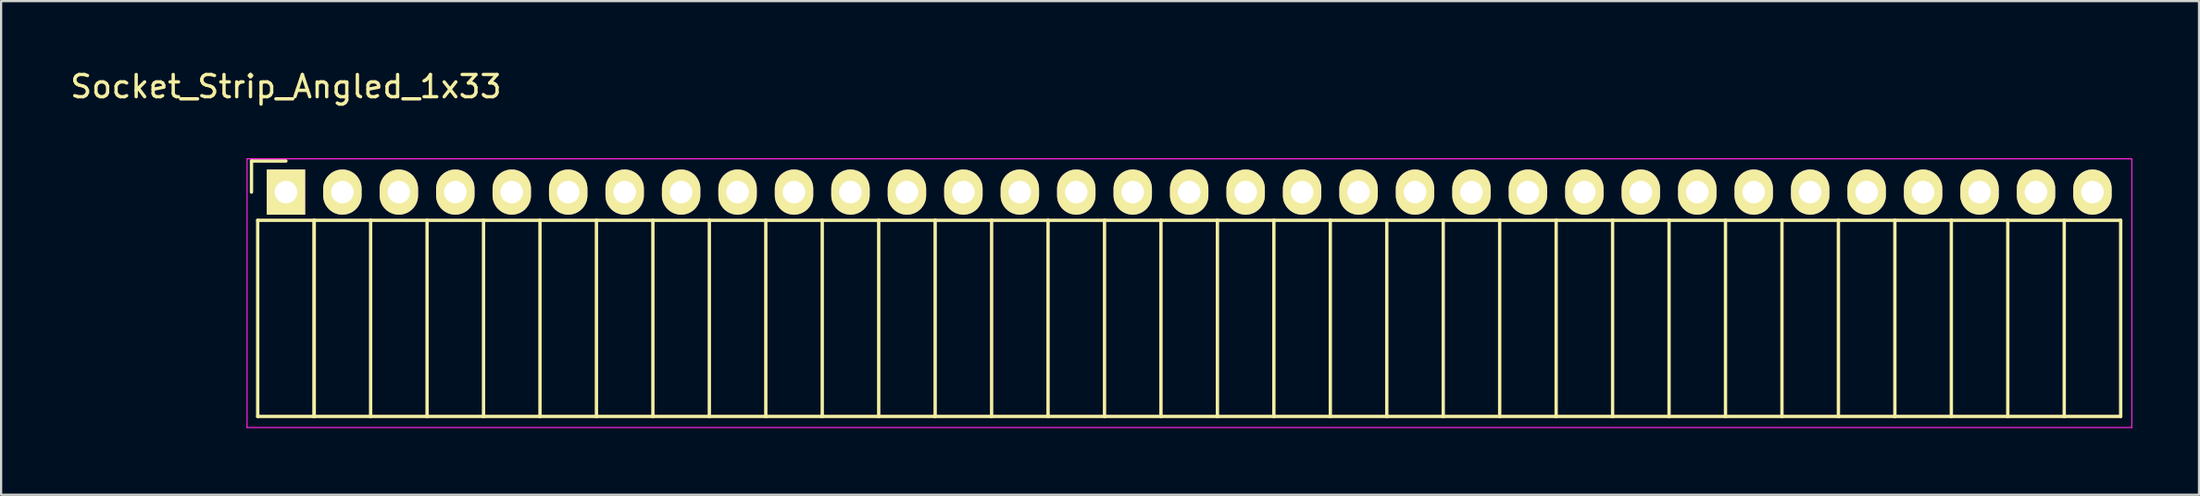
<source format=kicad_pcb>
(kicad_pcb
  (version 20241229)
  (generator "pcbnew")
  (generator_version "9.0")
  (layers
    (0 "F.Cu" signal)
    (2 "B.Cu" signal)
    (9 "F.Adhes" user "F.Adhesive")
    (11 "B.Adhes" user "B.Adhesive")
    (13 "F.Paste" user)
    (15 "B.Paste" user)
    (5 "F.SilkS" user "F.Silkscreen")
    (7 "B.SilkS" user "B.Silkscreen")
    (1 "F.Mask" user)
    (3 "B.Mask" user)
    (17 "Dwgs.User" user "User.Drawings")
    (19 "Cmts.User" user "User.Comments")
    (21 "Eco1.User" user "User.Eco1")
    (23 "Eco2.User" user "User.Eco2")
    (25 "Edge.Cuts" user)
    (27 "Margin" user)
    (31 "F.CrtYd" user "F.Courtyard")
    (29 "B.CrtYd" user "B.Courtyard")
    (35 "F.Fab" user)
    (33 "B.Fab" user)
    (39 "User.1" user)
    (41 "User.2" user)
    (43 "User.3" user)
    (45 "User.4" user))
  (footprint "Socket_Strip_Angled_1x33"
    (layer "F.Cu")
    (at 9.815 5.598)
    (property "Reference" "Socket_Strip_Angled_1x33" (at 0 -4.75 0) (layer "F.SilkS") (effects (font (size 1 1) (thickness 0.15))))
    (attr through_hole)
    (fp_line (start -1.55 -1.4) (end -1.55 0) (stroke (width 0.15) (type solid)) (layer "F.SilkS"))
    (fp_line (start -1.27 1.27) (end -1.27 10.1) (stroke (width 0.15) (type solid)) (layer "F.SilkS"))
    (fp_line (start -1.27 1.27) (end 1.27 1.27) (stroke (width 0.15) (type solid)) (layer "F.SilkS"))
    (fp_line (start -1.27 10.1) (end 1.27 10.1) (stroke (width 0.15) (type solid)) (layer "F.SilkS"))
    (fp_line (start 0 -1.4) (end -1.55 -1.4) (stroke (width 0.15) (type solid)) (layer "F.SilkS"))
    (fp_line (start 1.27 1.27) (end 1.27 10.1) (stroke (width 0.15) (type solid)) (layer "F.SilkS"))
    (fp_line (start 1.27 1.27) (end 3.81 1.27) (stroke (width 0.15) (type solid)) (layer "F.SilkS"))
    (fp_line (start 1.27 10.1) (end 1.27 1.27) (stroke (width 0.15) (type solid)) (layer "F.SilkS"))
    (fp_line (start 1.27 10.1) (end 3.81 10.1) (stroke (width 0.15) (type solid)) (layer "F.SilkS"))
    (fp_line (start 3.81 1.27) (end 6.35 1.27) (stroke (width 0.15) (type solid)) (layer "F.SilkS"))
    (fp_line (start 3.81 10.1) (end 3.81 1.27) (stroke (width 0.15) (type solid)) (layer "F.SilkS"))
    (fp_line (start 3.81 10.1) (end 6.35 10.1) (stroke (width 0.15) (type solid)) (layer "F.SilkS"))
    (fp_line (start 6.35 1.27) (end 8.89 1.27) (stroke (width 0.15) (type solid)) (layer "F.SilkS"))
    (fp_line (start 6.35 10.1) (end 6.35 1.27) (stroke (width 0.15) (type solid)) (layer "F.SilkS"))
    (fp_line (start 6.35 10.1) (end 8.89 10.1) (stroke (width 0.15) (type solid)) (layer "F.SilkS"))
    (fp_line (start 8.89 1.27) (end 11.43 1.27) (stroke (width 0.15) (type solid)) (layer "F.SilkS"))
    (fp_line (start 8.89 10.1) (end 8.89 1.27) (stroke (width 0.15) (type solid)) (layer "F.SilkS"))
    (fp_line (start 8.89 10.1) (end 11.43 10.1) (stroke (width 0.15) (type solid)) (layer "F.SilkS"))
    (fp_line (start 11.43 1.27) (end 13.97 1.27) (stroke (width 0.15) (type solid)) (layer "F.SilkS"))
    (fp_line (start 11.43 10.1) (end 11.43 1.27) (stroke (width 0.15) (type solid)) (layer "F.SilkS"))
    (fp_line (start 11.43 10.1) (end 13.97 10.1) (stroke (width 0.15) (type solid)) (layer "F.SilkS"))
    (fp_line (start 13.97 1.27) (end 16.51 1.27) (stroke (width 0.15) (type solid)) (layer "F.SilkS"))
    (fp_line (start 13.97 10.1) (end 13.97 1.27) (stroke (width 0.15) (type solid)) (layer "F.SilkS"))
    (fp_line (start 13.97 10.1) (end 16.51 10.1) (stroke (width 0.15) (type solid)) (layer "F.SilkS"))
    (fp_line (start 16.51 1.27) (end 19.05 1.27) (stroke (width 0.15) (type solid)) (layer "F.SilkS"))
    (fp_line (start 16.51 10.1) (end 16.51 1.27) (stroke (width 0.15) (type solid)) (layer "F.SilkS"))
    (fp_line (start 16.51 10.1) (end 19.05 10.1) (stroke (width 0.15) (type solid)) (layer "F.SilkS"))
    (fp_line (start 19.05 1.27) (end 21.59 1.27) (stroke (width 0.15) (type solid)) (layer "F.SilkS"))
    (fp_line (start 19.05 10.1) (end 19.05 1.27) (stroke (width 0.15) (type solid)) (layer "F.SilkS"))
    (fp_line (start 19.05 10.1) (end 21.59 10.1) (stroke (width 0.15) (type solid)) (layer "F.SilkS"))
    (fp_line (start 21.59 1.27) (end 24.13 1.27) (stroke (width 0.15) (type solid)) (layer "F.SilkS"))
    (fp_line (start 21.59 10.1) (end 21.59 1.27) (stroke (width 0.15) (type solid)) (layer "F.SilkS"))
    (fp_line (start 21.59 10.1) (end 24.13 10.1) (stroke (width 0.15) (type solid)) (layer "F.SilkS"))
    (fp_line (start 24.13 1.27) (end 26.67 1.27) (stroke (width 0.15) (type solid)) (layer "F.SilkS"))
    (fp_line (start 24.13 10.1) (end 24.13 1.27) (stroke (width 0.15) (type solid)) (layer "F.SilkS"))
    (fp_line (start 24.13 10.1) (end 26.67 10.1) (stroke (width 0.15) (type solid)) (layer "F.SilkS"))
    (fp_line (start 26.67 1.27) (end 29.21 1.27) (stroke (width 0.15) (type solid)) (layer "F.SilkS"))
    (fp_line (start 26.67 10.1) (end 26.67 1.27) (stroke (width 0.15) (type solid)) (layer "F.SilkS"))
    (fp_line (start 26.67 10.1) (end 29.21 10.1) (stroke (width 0.15) (type solid)) (layer "F.SilkS"))
    (fp_line (start 29.21 1.27) (end 31.75 1.27) (stroke (width 0.15) (type solid)) (layer "F.SilkS"))
    (fp_line (start 29.21 10.1) (end 29.21 1.27) (stroke (width 0.15) (type solid)) (layer "F.SilkS"))
    (fp_line (start 29.21 10.1) (end 31.75 10.1) (stroke (width 0.15) (type solid)) (layer "F.SilkS"))
    (fp_line (start 31.75 1.27) (end 34.29 1.27) (stroke (width 0.15) (type solid)) (layer "F.SilkS"))
    (fp_line (start 31.75 10.1) (end 31.75 1.27) (stroke (width 0.15) (type solid)) (layer "F.SilkS"))
    (fp_line (start 31.75 10.1) (end 34.29 10.1) (stroke (width 0.15) (type solid)) (layer "F.SilkS"))
    (fp_line (start 34.29 1.27) (end 36.83 1.27) (stroke (width 0.15) (type solid)) (layer "F.SilkS"))
    (fp_line (start 34.29 10.1) (end 34.29 1.27) (stroke (width 0.15) (type solid)) (layer "F.SilkS"))
    (fp_line (start 34.29 10.1) (end 36.83 10.1) (stroke (width 0.15) (type solid)) (layer "F.SilkS"))
    (fp_line (start 36.83 1.27) (end 39.37 1.27) (stroke (width 0.15) (type solid)) (layer "F.SilkS"))
    (fp_line (start 36.83 10.1) (end 36.83 1.27) (stroke (width 0.15) (type solid)) (layer "F.SilkS"))
    (fp_line (start 36.83 10.1) (end 39.37 10.1) (stroke (width 0.15) (type solid)) (layer "F.SilkS"))
    (fp_line (start 39.37 1.27) (end 41.91 1.27) (stroke (width 0.15) (type solid)) (layer "F.SilkS"))
    (fp_line (start 39.37 10.1) (end 39.37 1.27) (stroke (width 0.15) (type solid)) (layer "F.SilkS"))
    (fp_line (start 39.37 10.1) (end 41.91 10.1) (stroke (width 0.15) (type solid)) (layer "F.SilkS"))
    (fp_line (start 41.91 1.27) (end 44.45 1.27) (stroke (width 0.15) (type solid)) (layer "F.SilkS"))
    (fp_line (start 41.91 10.1) (end 41.91 1.27) (stroke (width 0.15) (type solid)) (layer "F.SilkS"))
    (fp_line (start 41.91 10.1) (end 44.45 10.1) (stroke (width 0.15) (type solid)) (layer "F.SilkS"))
    (fp_line (start 44.45 1.27) (end 46.99 1.27) (stroke (width 0.15) (type solid)) (layer "F.SilkS"))
    (fp_line (start 44.45 10.1) (end 44.45 1.27) (stroke (width 0.15) (type solid)) (layer "F.SilkS"))
    (fp_line (start 44.45 10.1) (end 46.99 10.1) (stroke (width 0.15) (type solid)) (layer "F.SilkS"))
    (fp_line (start 46.99 1.27) (end 49.53 1.27) (stroke (width 0.15) (type solid)) (layer "F.SilkS"))
    (fp_line (start 46.99 10.1) (end 46.99 1.27) (stroke (width 0.15) (type solid)) (layer "F.SilkS"))
    (fp_line (start 46.99 10.1) (end 49.53 10.1) (stroke (width 0.15) (type solid)) (layer "F.SilkS"))
    (fp_line (start 49.53 1.27) (end 52.07 1.27) (stroke (width 0.15) (type solid)) (layer "F.SilkS"))
    (fp_line (start 49.53 10.1) (end 49.53 1.27) (stroke (width 0.15) (type solid)) (layer "F.SilkS"))
    (fp_line (start 49.53 10.1) (end 52.07 10.1) (stroke (width 0.15) (type solid)) (layer "F.SilkS"))
    (fp_line (start 52.07 1.27) (end 54.61 1.27) (stroke (width 0.15) (type solid)) (layer "F.SilkS"))
    (fp_line (start 52.07 10.1) (end 52.07 1.27) (stroke (width 0.15) (type solid)) (layer "F.SilkS"))
    (fp_line (start 52.07 10.1) (end 54.61 10.1) (stroke (width 0.15) (type solid)) (layer "F.SilkS"))
    (fp_line (start 54.61 1.27) (end 57.15 1.27) (stroke (width 0.15) (type solid)) (layer "F.SilkS"))
    (fp_line (start 54.61 10.1) (end 54.61 1.27) (stroke (width 0.15) (type solid)) (layer "F.SilkS"))
    (fp_line (start 54.61 10.1) (end 57.15 10.1) (stroke (width 0.15) (type solid)) (layer "F.SilkS"))
    (fp_line (start 57.15 1.27) (end 59.69 1.27) (stroke (width 0.15) (type solid)) (layer "F.SilkS"))
    (fp_line (start 57.15 10.1) (end 57.15 1.27) (stroke (width 0.15) (type solid)) (layer "F.SilkS"))
    (fp_line (start 57.15 10.1) (end 59.69 10.1) (stroke (width 0.15) (type solid)) (layer "F.SilkS"))
    (fp_line (start 59.69 1.27) (end 62.23 1.27) (stroke (width 0.15) (type solid)) (layer "F.SilkS"))
    (fp_line (start 59.69 10.1) (end 59.69 1.27) (stroke (width 0.15) (type solid)) (layer "F.SilkS"))
    (fp_line (start 59.69 10.1) (end 62.23 10.1) (stroke (width 0.15) (type solid)) (layer "F.SilkS"))
    (fp_line (start 62.23 1.27) (end 64.77 1.27) (stroke (width 0.15) (type solid)) (layer "F.SilkS"))
    (fp_line (start 62.23 10.1) (end 62.23 1.27) (stroke (width 0.15) (type solid)) (layer "F.SilkS"))
    (fp_line (start 62.23 10.1) (end 64.77 10.1) (stroke (width 0.15) (type solid)) (layer "F.SilkS"))
    (fp_line (start 64.77 1.27) (end 67.31 1.27) (stroke (width 0.15) (type solid)) (layer "F.SilkS"))
    (fp_line (start 64.77 10.1) (end 64.77 1.27) (stroke (width 0.15) (type solid)) (layer "F.SilkS"))
    (fp_line (start 64.77 10.1) (end 67.31 10.1) (stroke (width 0.15) (type solid)) (layer "F.SilkS"))
    (fp_line (start 67.31 1.27) (end 69.85 1.27) (stroke (width 0.15) (type solid)) (layer "F.SilkS"))
    (fp_line (start 67.31 10.1) (end 67.31 1.27) (stroke (width 0.15) (type solid)) (layer "F.SilkS"))
    (fp_line (start 67.31 10.1) (end 69.85 10.1) (stroke (width 0.15) (type solid)) (layer "F.SilkS"))
    (fp_line (start 69.85 1.27) (end 72.39 1.27) (stroke (width 0.15) (type solid)) (layer "F.SilkS"))
    (fp_line (start 69.85 10.1) (end 69.85 1.27) (stroke (width 0.15) (type solid)) (layer "F.SilkS"))
    (fp_line (start 69.85 10.1) (end 72.39 10.1) (stroke (width 0.15) (type solid)) (layer "F.SilkS"))
    (fp_line (start 72.39 1.27) (end 74.93 1.27) (stroke (width 0.15) (type solid)) (layer "F.SilkS"))
    (fp_line (start 72.39 10.1) (end 72.39 1.27) (stroke (width 0.15) (type solid)) (layer "F.SilkS"))
    (fp_line (start 72.39 10.1) (end 74.93 10.1) (stroke (width 0.15) (type solid)) (layer "F.SilkS"))
    (fp_line (start 74.93 1.27) (end 77.47 1.27) (stroke (width 0.15) (type solid)) (layer "F.SilkS"))
    (fp_line (start 74.93 10.1) (end 74.93 1.27) (stroke (width 0.15) (type solid)) (layer "F.SilkS"))
    (fp_line (start 74.93 10.1) (end 77.47 10.1) (stroke (width 0.15) (type solid)) (layer "F.SilkS"))
    (fp_line (start 77.47 1.27) (end 80.01 1.27) (stroke (width 0.15) (type solid)) (layer "F.SilkS"))
    (fp_line (start 77.47 10.1) (end 77.47 1.27) (stroke (width 0.15) (type solid)) (layer "F.SilkS"))
    (fp_line (start 77.47 10.1) (end 80.01 10.1) (stroke (width 0.15) (type solid)) (layer "F.SilkS"))
    (fp_line (start 80.01 1.27) (end 82.55 1.27) (stroke (width 0.15) (type solid)) (layer "F.SilkS"))
    (fp_line (start 80.01 10.1) (end 80.01 1.27) (stroke (width 0.15) (type solid)) (layer "F.SilkS"))
    (fp_line (start 80.01 10.1) (end 82.55 10.1) (stroke (width 0.15) (type solid)) (layer "F.SilkS"))
    (fp_line (start 82.55 10.1) (end 82.55 1.27) (stroke (width 0.15) (type solid)) (layer "F.SilkS"))
    (fp_line (start -1.75 -1.5) (end -1.75 10.6) (stroke (width 0.05) (type solid)) (layer "F.CrtYd"))
    (fp_line (start -1.75 -1.5) (end 83.05 -1.5) (stroke (width 0.05) (type solid)) (layer "F.CrtYd"))
    (fp_line (start -1.75 10.6) (end 83.05 10.6) (stroke (width 0.05) (type solid)) (layer "F.CrtYd"))
    (fp_line (start 83.05 -1.5) (end 83.05 10.6) (stroke (width 0.05) (type solid)) (layer "F.CrtYd"))
    (pad "1" thru_hole rect (at 0 0) (size 1.727 2.032) (drill 1.016) (layers "*.Cu" "*.Mask" "F.SilkS"))
    (pad "2" thru_hole oval (at 2.54 0) (size 1.727 2.032) (drill 1.016) (layers "*.Cu" "*.Mask" "F.SilkS"))
    (pad "3" thru_hole oval (at 5.08 0) (size 1.727 2.032) (drill 1.016) (layers "*.Cu" "*.Mask" "F.SilkS"))
    (pad "4" thru_hole oval (at 7.62 0) (size 1.727 2.032) (drill 1.016) (layers "*.Cu" "*.Mask" "F.SilkS"))
    (pad "5" thru_hole oval (at 10.16 0) (size 1.727 2.032) (drill 1.016) (layers "*.Cu" "*.Mask" "F.SilkS"))
    (pad "6" thru_hole oval (at 12.7 0) (size 1.727 2.032) (drill 1.016) (layers "*.Cu" "*.Mask" "F.SilkS"))
    (pad "7" thru_hole oval (at 15.24 0) (size 1.727 2.032) (drill 1.016) (layers "*.Cu" "*.Mask" "F.SilkS"))
    (pad "8" thru_hole oval (at 17.78 0) (size 1.727 2.032) (drill 1.016) (layers "*.Cu" "*.Mask" "F.SilkS"))
    (pad "9" thru_hole oval (at 20.32 0) (size 1.727 2.032) (drill 1.016) (layers "*.Cu" "*.Mask" "F.SilkS"))
    (pad "10" thru_hole oval (at 22.86 0) (size 1.727 2.032) (drill 1.016) (layers "*.Cu" "*.Mask" "F.SilkS"))
    (pad "11" thru_hole oval (at 25.4 0) (size 1.727 2.032) (drill 1.016) (layers "*.Cu" "*.Mask" "F.SilkS"))
    (pad "12" thru_hole oval (at 27.94 0) (size 1.727 2.032) (drill 1.016) (layers "*.Cu" "*.Mask" "F.SilkS"))
    (pad "13" thru_hole oval (at 30.48 0) (size 1.727 2.032) (drill 1.016) (layers "*.Cu" "*.Mask" "F.SilkS"))
    (pad "14" thru_hole oval (at 33.02 0) (size 1.727 2.032) (drill 1.016) (layers "*.Cu" "*.Mask" "F.SilkS"))
    (pad "15" thru_hole oval (at 35.56 0) (size 1.727 2.032) (drill 1.016) (layers "*.Cu" "*.Mask" "F.SilkS"))
    (pad "16" thru_hole oval (at 38.1 0) (size 1.727 2.032) (drill 1.016) (layers "*.Cu" "*.Mask" "F.SilkS"))
    (pad "17" thru_hole oval (at 40.64 0) (size 1.727 2.032) (drill 1.016) (layers "*.Cu" "*.Mask" "F.SilkS"))
    (pad "18" thru_hole oval (at 43.18 0) (size 1.727 2.032) (drill 1.016) (layers "*.Cu" "*.Mask" "F.SilkS"))
    (pad "19" thru_hole oval (at 45.72 0) (size 1.727 2.032) (drill 1.016) (layers "*.Cu" "*.Mask" "F.SilkS"))
    (pad "20" thru_hole oval (at 48.26 0) (size 1.727 2.032) (drill 1.016) (layers "*.Cu" "*.Mask" "F.SilkS"))
    (pad "21" thru_hole oval (at 50.8 0) (size 1.727 2.032) (drill 1.016) (layers "*.Cu" "*.Mask" "F.SilkS"))
    (pad "22" thru_hole oval (at 53.34 0) (size 1.727 2.032) (drill 1.016) (layers "*.Cu" "*.Mask" "F.SilkS"))
    (pad "23" thru_hole oval (at 55.88 0) (size 1.727 2.032) (drill 1.016) (layers "*.Cu" "*.Mask" "F.SilkS"))
    (pad "24" thru_hole oval (at 58.42 0) (size 1.727 2.032) (drill 1.016) (layers "*.Cu" "*.Mask" "F.SilkS"))
    (pad "25" thru_hole oval (at 60.96 0) (size 1.727 2.032) (drill 1.016) (layers "*.Cu" "*.Mask" "F.SilkS"))
    (pad "26" thru_hole oval (at 63.5 0) (size 1.727 2.032) (drill 1.016) (layers "*.Cu" "*.Mask" "F.SilkS"))
    (pad "27" thru_hole oval (at 66.04 0) (size 1.727 2.032) (drill 1.016) (layers "*.Cu" "*.Mask" "F.SilkS"))
    (pad "28" thru_hole oval (at 68.58 0) (size 1.727 2.032) (drill 1.016) (layers "*.Cu" "*.Mask" "F.SilkS"))
    (pad "29" thru_hole oval (at 71.12 0) (size 1.727 2.032) (drill 1.016) (layers "*.Cu" "*.Mask" "F.SilkS"))
    (pad "30" thru_hole oval (at 73.66 0) (size 1.727 2.032) (drill 1.016) (layers "*.Cu" "*.Mask" "F.SilkS"))
    (pad "31" thru_hole oval (at 76.2 0) (size 1.727 2.032) (drill 1.016) (layers "*.Cu" "*.Mask" "F.SilkS"))
    (pad "32" thru_hole oval (at 78.74 0) (size 1.727 2.032) (drill 1.016) (layers "*.Cu" "*.Mask" "F.SilkS"))
    (pad "33" thru_hole oval (at 81.28 0) (size 1.727 2.032) (drill 1.016) (layers "*.Cu" "*.Mask" "F.SilkS")))
  (gr_rect
    (start -3 -3)
    (end 95.89 19.223)
    (stroke (width 0.1) (type default))
    (fill no)
    (layer "Edge.Cuts")))
</source>
